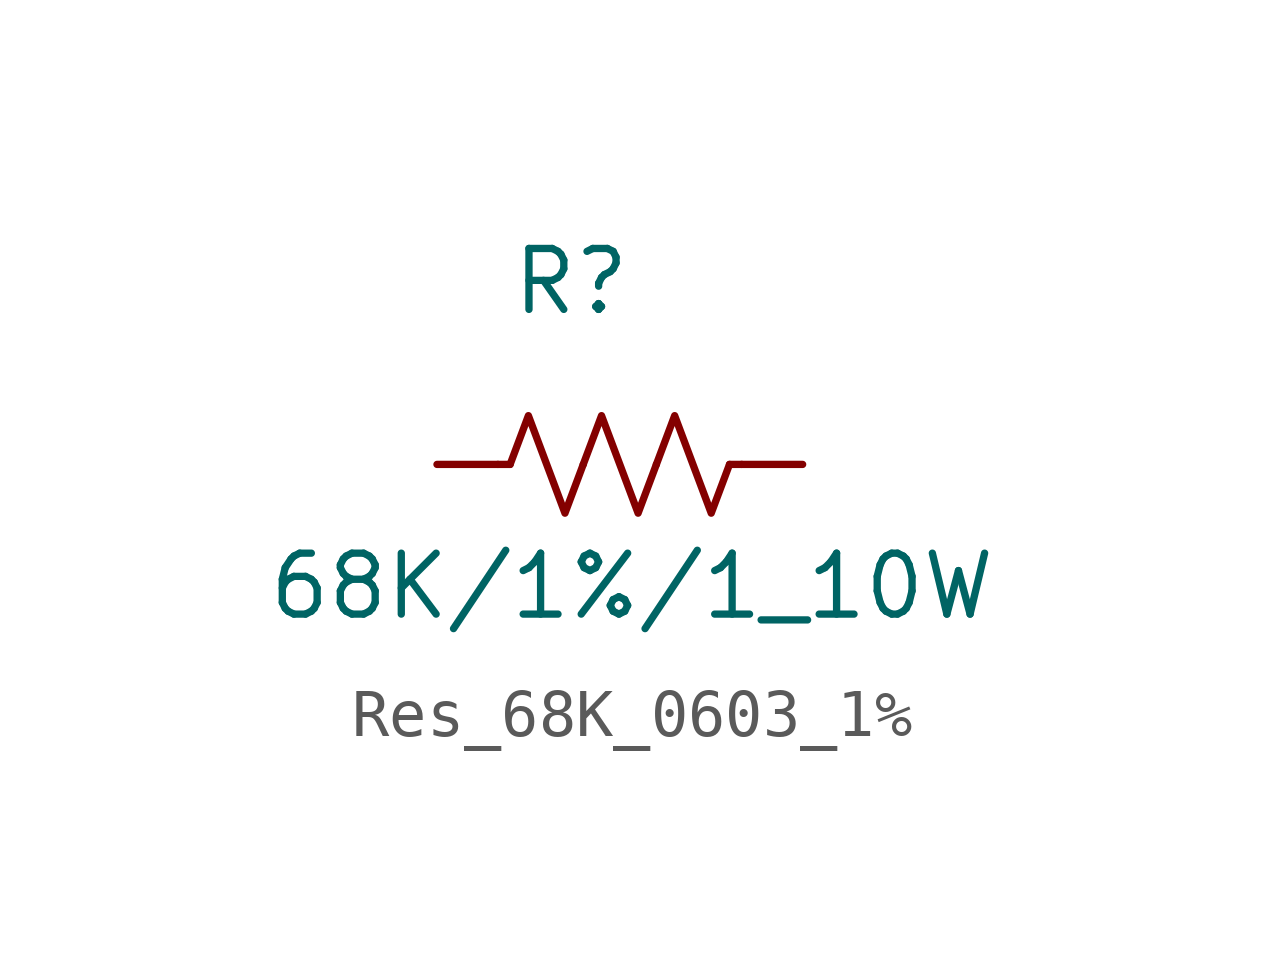
<source format=kicad_sym>
(kicad_symbol_lib
  (version 20231120)
  (generator "kicad_symbol_editor")
  (generator_version "8.0")
  (symbol "Res_68K_0603_1%"
    (pin_numbers hide)
    (pin_names hide)
    (property "Reference" "R"
      (at 2.794 3.81 0)
      (effects (font (size 1.27 1.27))))
    (property "Value" "68K/1%/1_10W"
      (at 4.064 -2.54 0)
      (effects (font (size 1.27 1.27))))
    (symbol "Res_68K_0603_1%_0_1"
      (polyline (pts (xy 1.524 0) (xy 1.27 0)) (stroke (width 0) (type default)) (fill (type none)))
      (polyline (pts (xy 6.096 0) (xy 6.35 0)) (stroke (width 0) (type default)) (fill (type none)))
      (polyline (pts (xy 1.524 0) (xy 1.905 1.016) (xy 2.286 0) (xy 2.667 -1.016) (xy 3.048 0)) (stroke (width 0) (type default)) (fill (type none)))
      (polyline (pts (xy 3.048 0) (xy 3.429 1.016) (xy 3.81 0) (xy 4.191 -1.016) (xy 4.572 0)) (stroke (width 0) (type default)) (fill (type none)))
      (polyline (pts (xy 4.572 0) (xy 4.953 1.016) (xy 5.334 0) (xy 5.715 -1.016) (xy 6.096 0)) (stroke (width 0) (type default)) (fill (type none))))
    (symbol "Res_68K_0603_1%_1_1"
      (pin passive line (at 0 0 0) (length 1.27) (name "~" (effects (font (size 1.27 1.27)))) (number "1" (effects (font (size 1.27 1.27)))))
      (pin passive line (at 7.62 0 180) (length 1.27) (name "~" (effects (font (size 1.27 1.27)))) (number "2" (effects (font (size 1.27 1.27))))))))
</source>
